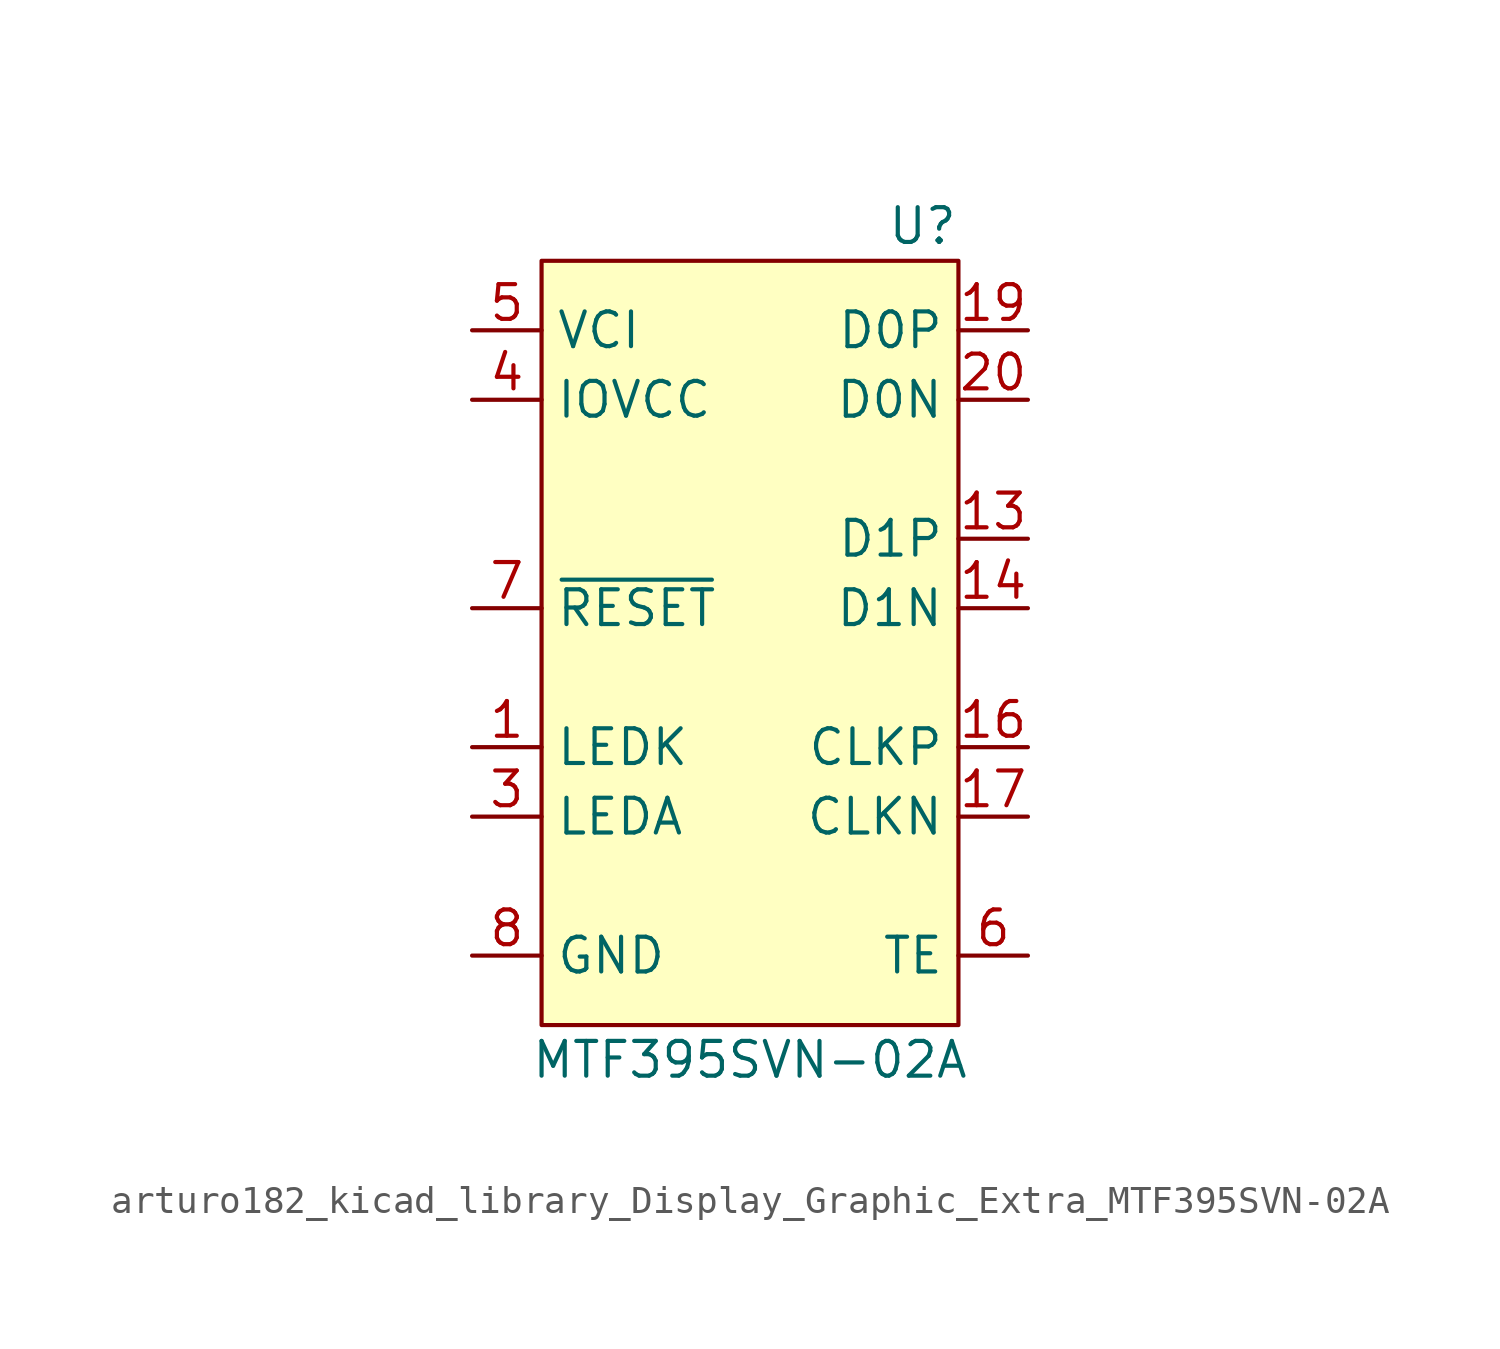
<source format=kicad_sym>
(kicad_symbol_lib
  (version 20220914)
  (generator kicad_symbol_editor)
  (symbol "arturo182_kicad_library_Display_Graphic_Extra_MTF395SVN-02A"
    (property "Reference" "U"
      (at 7.62 16.51 0)
      (effects (font (size 1.27 1.27)) (justify right)))
    (property "Value" "MTF395SVN-02A"
      (at 0 -13.97 0)
      (effects (font (size 1.27 1.27))))
    (symbol "arturo182_kicad_library_Display_Graphic_Extra_MTF395SVN-02A_0_1"
      (rectangle (start -7.62 15.24) (end 7.62 -12.7) (stroke (width 0) (type default)) (fill (type background))))
    (symbol "arturo182_kicad_library_Display_Graphic_Extra_MTF395SVN-02A_1_1"
      (pin input line (at -10.16 -2.54 0) (length 2.54) (name "LEDK" (effects (font (size 1.27 1.27)))) (number "1" (effects (font (size 1.27 1.27)))))
      (pin passive line (at -10.16 -10.16 0) (length 2.54) hide (name "GND" (effects (font (size 1.27 1.27)))) (number "12" (effects (font (size 1.27 1.27)))))
      (pin bidirectional line (at 10.16 5.08 180) (length 2.54) (name "D1P" (effects (font (size 1.27 1.27)))) (number "13" (effects (font (size 1.27 1.27)))))
      (pin bidirectional line (at 10.16 2.54 180) (length 2.54) (name "D1N" (effects (font (size 1.27 1.27)))) (number "14" (effects (font (size 1.27 1.27)))))
      (pin passive line (at -10.16 -10.16 0) (length 2.54) hide (name "GND" (effects (font (size 1.27 1.27)))) (number "15" (effects (font (size 1.27 1.27)))))
      (pin bidirectional line (at 10.16 -2.54 180) (length 2.54) (name "CLKP" (effects (font (size 1.27 1.27)))) (number "16" (effects (font (size 1.27 1.27)))))
      (pin bidirectional line (at 10.16 -5.08 180) (length 2.54) (name "CLKN" (effects (font (size 1.27 1.27)))) (number "17" (effects (font (size 1.27 1.27)))))
      (pin passive line (at -10.16 -10.16 0) (length 2.54) hide (name "GND" (effects (font (size 1.27 1.27)))) (number "18" (effects (font (size 1.27 1.27)))))
      (pin bidirectional line (at 10.16 12.7 180) (length 2.54) (name "D0P" (effects (font (size 1.27 1.27)))) (number "19" (effects (font (size 1.27 1.27)))))
      (pin passive line (at -10.16 -2.54 0) (length 2.54) hide (name "LEDK" (effects (font (size 1.27 1.27)))) (number "2" (effects (font (size 1.27 1.27)))))
      (pin bidirectional line (at 10.16 10.16 180) (length 2.54) (name "D0N" (effects (font (size 1.27 1.27)))) (number "20" (effects (font (size 1.27 1.27)))))
      (pin passive line (at -10.16 -10.16 0) (length 2.54) hide (name "GND" (effects (font (size 1.27 1.27)))) (number "21" (effects (font (size 1.27 1.27)))))
      (pin passive line (at -10.16 -10.16 0) (length 2.54) hide (name "GND" (effects (font (size 1.27 1.27)))) (number "24" (effects (font (size 1.27 1.27)))))
      (pin input line (at -10.16 -5.08 0) (length 2.54) (name "LEDA" (effects (font (size 1.27 1.27)))) (number "3" (effects (font (size 1.27 1.27)))))
      (pin passive line (at -10.16 -10.16 0) (length 2.54) hide (name "GND" (effects (font (size 1.27 1.27)))) (number "30" (effects (font (size 1.27 1.27)))))
      (pin power_in line (at -10.16 10.16 0) (length 2.54) (name "IOVCC" (effects (font (size 1.27 1.27)))) (number "4" (effects (font (size 1.27 1.27)))))
      (pin power_in line (at -10.16 12.7 0) (length 2.54) (name "VCI" (effects (font (size 1.27 1.27)))) (number "5" (effects (font (size 1.27 1.27)))))
      (pin output line (at 10.16 -10.16 180) (length 2.54) (name "TE" (effects (font (size 1.27 1.27)))) (number "6" (effects (font (size 1.27 1.27)))))
      (pin input line (at -10.16 2.54 0) (length 2.54) (name "~{RESET}" (effects (font (size 1.27 1.27)))) (number "7" (effects (font (size 1.27 1.27)))))
      (pin power_in line (at -10.16 -10.16 0) (length 2.54) (name "GND" (effects (font (size 1.27 1.27)))) (number "8" (effects (font (size 1.27 1.27)))))
      (pin passive line (at -10.16 -10.16 0) (length 2.54) hide (name "GND" (effects (font (size 1.27 1.27)))) (number "9" (effects (font (size 1.27 1.27))))))))
</source>
